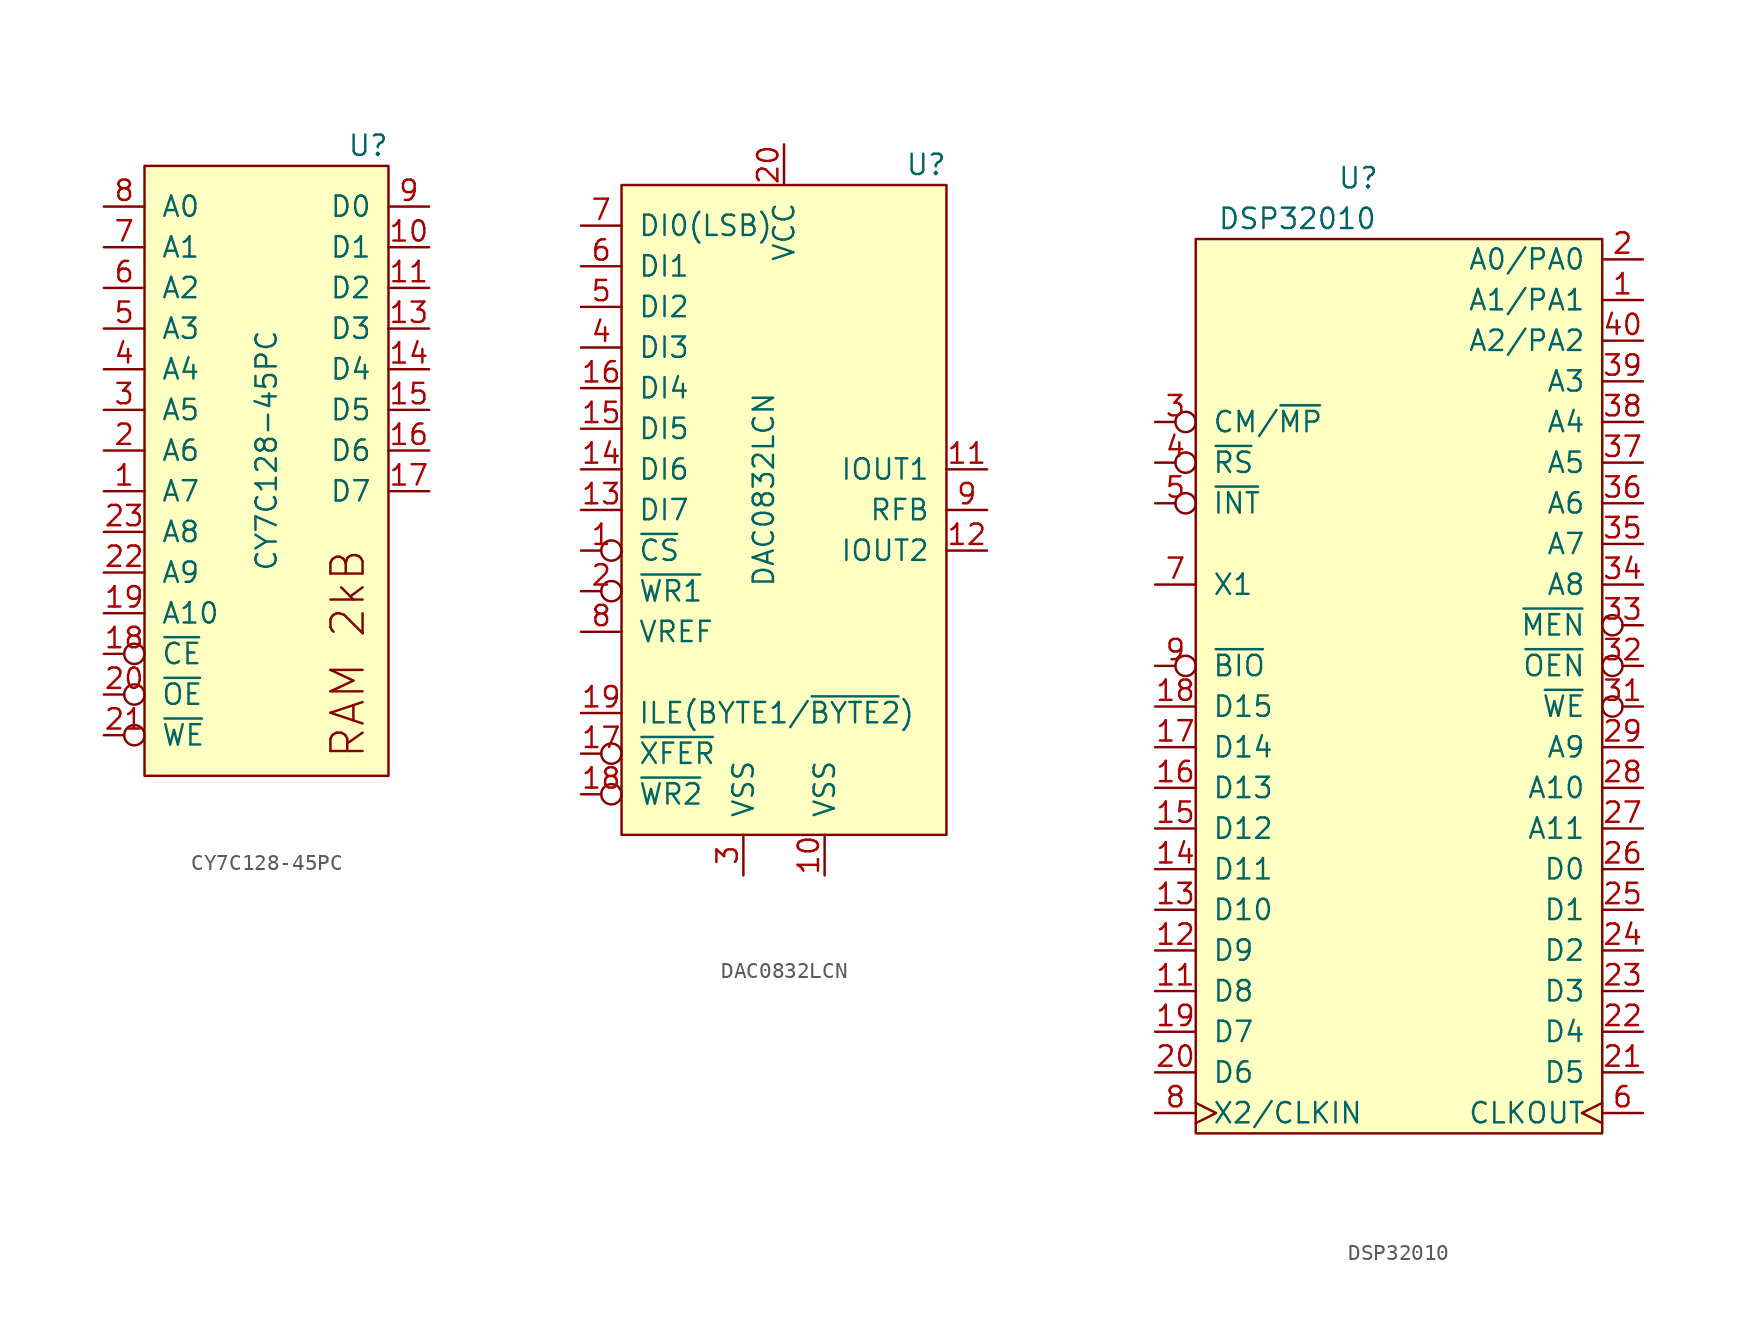
<source format=kicad_sym>
(kicad_symbol_lib
  (version 20231120)
  (generator "kicad_symbol_editor")
  (generator_version "8.0")
  (symbol "CY7C128-45PC"
    (pin_names
      (offset 1.016))
    (property "Reference" "U"
      (at 6.35 17.78 0)
      (effects (font (size 1.27 1.27))))
    (property "Value" "CY7C128-45PC"
      (at 0 -1.27 90)
      (effects (font (size 1.27 1.27))))
    (symbol "CY7C128-45PC_0_0"
      (text "RAM 2kB" (at 5.08 -13.97 900) (effects (font (size 2.007 2.007)))))
    (symbol "CY7C128-45PC_0_1"
      (rectangle (start -7.62 16.51) (end 7.62 -21.59) (stroke (width 0) (type default)) (fill (type background))))
    (symbol "CY7C128-45PC_1_1"
      (pin input line (at -10.16 -3.81 0) (length 2.54) (name "A7" (effects (font (size 1.27 1.27)))) (number "1" (effects (font (size 1.27 1.27)))))
      (pin bidirectional line (at 10.16 11.43 180) (length 2.54) (name "D1" (effects (font (size 1.27 1.27)))) (number "10" (effects (font (size 1.27 1.27)))))
      (pin bidirectional line (at 10.16 8.89 180) (length 2.54) (name "D2" (effects (font (size 1.27 1.27)))) (number "11" (effects (font (size 1.27 1.27)))))
      (pin power_in line (at 0 -21.59 90) (length 2.54) hide (name "VSS" (effects (font (size 1.27 1.27)))) (number "12" (effects (font (size 1.27 1.27)))))
      (pin bidirectional line (at 10.16 6.35 180) (length 2.54) (name "D3" (effects (font (size 1.27 1.27)))) (number "13" (effects (font (size 1.27 1.27)))))
      (pin bidirectional line (at 10.16 3.81 180) (length 2.54) (name "D4" (effects (font (size 1.27 1.27)))) (number "14" (effects (font (size 1.27 1.27)))))
      (pin bidirectional line (at 10.16 1.27 180) (length 2.54) (name "D5" (effects (font (size 1.27 1.27)))) (number "15" (effects (font (size 1.27 1.27)))))
      (pin bidirectional line (at 10.16 -1.27 180) (length 2.54) (name "D6" (effects (font (size 1.27 1.27)))) (number "16" (effects (font (size 1.27 1.27)))))
      (pin bidirectional line (at 10.16 -3.81 180) (length 2.54) (name "D7" (effects (font (size 1.27 1.27)))) (number "17" (effects (font (size 1.27 1.27)))))
      (pin input inverted (at -10.16 -13.97 0) (length 2.54) (name "~{CE}" (effects (font (size 1.27 1.27)))) (number "18" (effects (font (size 1.27 1.27)))))
      (pin input line (at -10.16 -11.43 0) (length 2.54) (name "A10" (effects (font (size 1.27 1.27)))) (number "19" (effects (font (size 1.27 1.27)))))
      (pin input line (at -10.16 -1.27 0) (length 2.54) (name "A6" (effects (font (size 1.27 1.27)))) (number "2" (effects (font (size 1.27 1.27)))))
      (pin input inverted (at -10.16 -16.51 0) (length 2.54) (name "~{OE}" (effects (font (size 1.27 1.27)))) (number "20" (effects (font (size 1.27 1.27)))))
      (pin input inverted (at -10.16 -19.05 0) (length 2.54) (name "~{WE}" (effects (font (size 1.27 1.27)))) (number "21" (effects (font (size 1.27 1.27)))))
      (pin input line (at -10.16 -8.89 0) (length 2.54) (name "A9" (effects (font (size 1.27 1.27)))) (number "22" (effects (font (size 1.27 1.27)))))
      (pin input line (at -10.16 -6.35 0) (length 2.54) (name "A8" (effects (font (size 1.27 1.27)))) (number "23" (effects (font (size 1.27 1.27)))))
      (pin power_in line (at 0 16.51 270) (length 2.54) hide (name "VCC" (effects (font (size 1.27 1.27)))) (number "24" (effects (font (size 1.27 1.27)))))
      (pin input line (at -10.16 1.27 0) (length 2.54) (name "A5" (effects (font (size 1.27 1.27)))) (number "3" (effects (font (size 1.27 1.27)))))
      (pin input line (at -10.16 3.81 0) (length 2.54) (name "A4" (effects (font (size 1.27 1.27)))) (number "4" (effects (font (size 1.27 1.27)))))
      (pin input line (at -10.16 6.35 0) (length 2.54) (name "A3" (effects (font (size 1.27 1.27)))) (number "5" (effects (font (size 1.27 1.27)))))
      (pin input line (at -10.16 8.89 0) (length 2.54) (name "A2" (effects (font (size 1.27 1.27)))) (number "6" (effects (font (size 1.27 1.27)))))
      (pin input line (at -10.16 11.43 0) (length 2.54) (name "A1" (effects (font (size 1.27 1.27)))) (number "7" (effects (font (size 1.27 1.27)))))
      (pin input line (at -10.16 13.97 0) (length 2.54) (name "A0" (effects (font (size 1.27 1.27)))) (number "8" (effects (font (size 1.27 1.27)))))
      (pin bidirectional line (at 10.16 13.97 180) (length 2.54) (name "D0" (effects (font (size 1.27 1.27)))) (number "9" (effects (font (size 1.27 1.27)))))))
  (symbol "DAC0832LCN"
    (pin_names
      (offset 1.016))
    (property "Reference" "U"
      (at 8.89 21.59 0)
      (effects (font (size 1.27 1.27))))
    (property "Value" "DAC0832LCN"
      (at -1.27 1.27 90)
      (effects (font (size 1.27 1.27))))
    (symbol "DAC0832LCN_0_1"
      (rectangle (start -10.16 20.32) (end 10.16 -20.32) (stroke (width 0) (type default)) (fill (type background))))
    (symbol "DAC0832LCN_1_1"
      (pin input inverted (at -12.7 -2.54 0) (length 2.54) (name "~{CS}" (effects (font (size 1.27 1.27)))) (number "1" (effects (font (size 1.27 1.27)))))
      (pin power_in line (at 2.54 -22.86 90) (length 2.54) (name "VSS" (effects (font (size 1.27 1.27)))) (number "10" (effects (font (size 1.27 1.27)))))
      (pin output line (at 12.7 2.54 180) (length 2.54) (name "IOUT1" (effects (font (size 1.27 1.27)))) (number "11" (effects (font (size 1.27 1.27)))))
      (pin output line (at 12.7 -2.54 180) (length 2.54) (name "IOUT2" (effects (font (size 1.27 1.27)))) (number "12" (effects (font (size 1.27 1.27)))))
      (pin input line (at -12.7 0 0) (length 2.54) (name "DI7" (effects (font (size 1.27 1.27)))) (number "13" (effects (font (size 1.27 1.27)))))
      (pin input line (at -12.7 2.54 0) (length 2.54) (name "DI6" (effects (font (size 1.27 1.27)))) (number "14" (effects (font (size 1.27 1.27)))))
      (pin input line (at -12.7 5.08 0) (length 2.54) (name "DI5" (effects (font (size 1.27 1.27)))) (number "15" (effects (font (size 1.27 1.27)))))
      (pin input line (at -12.7 7.62 0) (length 2.54) (name "DI4" (effects (font (size 1.27 1.27)))) (number "16" (effects (font (size 1.27 1.27)))))
      (pin input inverted (at -12.7 -15.24 0) (length 2.54) (name "~{XFER}" (effects (font (size 1.27 1.27)))) (number "17" (effects (font (size 1.27 1.27)))))
      (pin input inverted (at -12.7 -17.78 0) (length 2.54) (name "~{WR2}" (effects (font (size 1.27 1.27)))) (number "18" (effects (font (size 1.27 1.27)))))
      (pin input line (at -12.7 -12.7 0) (length 2.54) (name "ILE(BYTE1/~{BYTE2})" (effects (font (size 1.27 1.27)))) (number "19" (effects (font (size 1.27 1.27)))))
      (pin input inverted (at -12.7 -5.08 0) (length 2.54) (name "~{WR1}" (effects (font (size 1.27 1.27)))) (number "2" (effects (font (size 1.27 1.27)))))
      (pin power_in line (at 0 22.86 270) (length 2.54) (name "VCC" (effects (font (size 1.27 1.27)))) (number "20" (effects (font (size 1.27 1.27)))))
      (pin power_in line (at -2.54 -22.86 90) (length 2.54) (name "VSS" (effects (font (size 1.27 1.27)))) (number "3" (effects (font (size 1.27 1.27)))))
      (pin input line (at -12.7 10.16 0) (length 2.54) (name "DI3" (effects (font (size 1.27 1.27)))) (number "4" (effects (font (size 1.27 1.27)))))
      (pin input line (at -12.7 12.7 0) (length 2.54) (name "DI2" (effects (font (size 1.27 1.27)))) (number "5" (effects (font (size 1.27 1.27)))))
      (pin input line (at -12.7 15.24 0) (length 2.54) (name "DI1" (effects (font (size 1.27 1.27)))) (number "6" (effects (font (size 1.27 1.27)))))
      (pin input line (at -12.7 17.78 0) (length 2.54) (name "DI0(LSB)" (effects (font (size 1.27 1.27)))) (number "7" (effects (font (size 1.27 1.27)))))
      (pin input line (at -12.7 -7.62 0) (length 2.54) (name "VREF" (effects (font (size 1.27 1.27)))) (number "8" (effects (font (size 1.27 1.27)))))
      (pin input line (at 12.7 0 180) (length 2.54) (name "RFB" (effects (font (size 1.27 1.27)))) (number "9" (effects (font (size 1.27 1.27)))))))
  (symbol "DSP32010"
    (pin_names
      (offset 1.016))
    (property "Reference" "U"
      (at -3.81 29.21 0)
      (effects (font (size 1.27 1.27))))
    (property "Value" "DSP32010"
      (at -7.62 26.67 0)
      (effects (font (size 1.27 1.27))))
    (symbol "DSP32010_0_1"
      (rectangle (start -13.97 25.4) (end 11.43 -30.48) (stroke (width 0) (type default)) (fill (type background))))
    (symbol "DSP32010_1_1"
      (pin output line (at 13.97 21.59 180) (length 2.54) (name "A1/PA1" (effects (font (size 1.27 1.27)))) (number "1" (effects (font (size 1.27 1.27)))))
      (pin power_in line (at 0 -30.48 90) (length 2.54) hide (name "VSS" (effects (font (size 1.27 1.27)))) (number "10" (effects (font (size 1.27 1.27)))))
      (pin bidirectional line (at -16.51 -21.59 0) (length 2.54) (name "D8" (effects (font (size 1.27 1.27)))) (number "11" (effects (font (size 1.27 1.27)))))
      (pin bidirectional line (at -16.51 -19.05 0) (length 2.54) (name "D9" (effects (font (size 1.27 1.27)))) (number "12" (effects (font (size 1.27 1.27)))))
      (pin bidirectional line (at -16.51 -16.51 0) (length 2.54) (name "D10" (effects (font (size 1.27 1.27)))) (number "13" (effects (font (size 1.27 1.27)))))
      (pin bidirectional line (at -16.51 -13.97 0) (length 2.54) (name "D11" (effects (font (size 1.27 1.27)))) (number "14" (effects (font (size 1.27 1.27)))))
      (pin bidirectional line (at -16.51 -11.43 0) (length 2.54) (name "D12" (effects (font (size 1.27 1.27)))) (number "15" (effects (font (size 1.27 1.27)))))
      (pin bidirectional line (at -16.51 -8.89 0) (length 2.54) (name "D13" (effects (font (size 1.27 1.27)))) (number "16" (effects (font (size 1.27 1.27)))))
      (pin bidirectional line (at -16.51 -6.35 0) (length 2.54) (name "D14" (effects (font (size 1.27 1.27)))) (number "17" (effects (font (size 1.27 1.27)))))
      (pin bidirectional line (at -16.51 -3.81 0) (length 2.54) (name "D15" (effects (font (size 1.27 1.27)))) (number "18" (effects (font (size 1.27 1.27)))))
      (pin input line (at -16.51 -24.13 0) (length 2.54) (name "D7" (effects (font (size 1.27 1.27)))) (number "19" (effects (font (size 1.27 1.27)))))
      (pin output line (at 13.97 24.13 180) (length 2.54) (name "A0/PA0" (effects (font (size 1.27 1.27)))) (number "2" (effects (font (size 1.27 1.27)))))
      (pin input line (at -16.51 -26.67 0) (length 2.54) (name "D6" (effects (font (size 1.27 1.27)))) (number "20" (effects (font (size 1.27 1.27)))))
      (pin bidirectional line (at 13.97 -26.67 180) (length 2.54) (name "D5" (effects (font (size 1.27 1.27)))) (number "21" (effects (font (size 1.27 1.27)))))
      (pin bidirectional line (at 13.97 -24.13 180) (length 2.54) (name "D4" (effects (font (size 1.27 1.27)))) (number "22" (effects (font (size 1.27 1.27)))))
      (pin bidirectional line (at 13.97 -21.59 180) (length 2.54) (name "D3" (effects (font (size 1.27 1.27)))) (number "23" (effects (font (size 1.27 1.27)))))
      (pin bidirectional line (at 13.97 -19.05 180) (length 2.54) (name "D2" (effects (font (size 1.27 1.27)))) (number "24" (effects (font (size 1.27 1.27)))))
      (pin bidirectional line (at 13.97 -16.51 180) (length 2.54) (name "D1" (effects (font (size 1.27 1.27)))) (number "25" (effects (font (size 1.27 1.27)))))
      (pin bidirectional line (at 13.97 -13.97 180) (length 2.54) (name "D0" (effects (font (size 1.27 1.27)))) (number "26" (effects (font (size 1.27 1.27)))))
      (pin output line (at 13.97 -11.43 180) (length 2.54) (name "A11" (effects (font (size 1.27 1.27)))) (number "27" (effects (font (size 1.27 1.27)))))
      (pin output line (at 13.97 -8.89 180) (length 2.54) (name "A10" (effects (font (size 1.27 1.27)))) (number "28" (effects (font (size 1.27 1.27)))))
      (pin output line (at 13.97 -6.35 180) (length 2.54) (name "A9" (effects (font (size 1.27 1.27)))) (number "29" (effects (font (size 1.27 1.27)))))
      (pin input inverted (at -16.51 13.97 0) (length 2.54) (name "CM/~{MP}" (effects (font (size 1.27 1.27)))) (number "3" (effects (font (size 1.27 1.27)))))
      (pin power_in line (at 0 25.4 270) (length 2.54) hide (name "VCC" (effects (font (size 1.27 1.27)))) (number "30" (effects (font (size 1.27 1.27)))))
      (pin output inverted (at 13.97 -3.81 180) (length 2.54) (name "~{WE}" (effects (font (size 1.27 1.27)))) (number "31" (effects (font (size 1.27 1.27)))))
      (pin output inverted (at 13.97 -1.27 180) (length 2.54) (name "~{OEN}" (effects (font (size 1.27 1.27)))) (number "32" (effects (font (size 1.27 1.27)))))
      (pin output inverted (at 13.97 1.27 180) (length 2.54) (name "~{MEN}" (effects (font (size 1.27 1.27)))) (number "33" (effects (font (size 1.27 1.27)))))
      (pin output line (at 13.97 3.81 180) (length 2.54) (name "A8" (effects (font (size 1.27 1.27)))) (number "34" (effects (font (size 1.27 1.27)))))
      (pin output line (at 13.97 6.35 180) (length 2.54) (name "A7" (effects (font (size 1.27 1.27)))) (number "35" (effects (font (size 1.27 1.27)))))
      (pin output line (at 13.97 8.89 180) (length 2.54) (name "A6" (effects (font (size 1.27 1.27)))) (number "36" (effects (font (size 1.27 1.27)))))
      (pin output line (at 13.97 11.43 180) (length 2.54) (name "A5" (effects (font (size 1.27 1.27)))) (number "37" (effects (font (size 1.27 1.27)))))
      (pin output line (at 13.97 13.97 180) (length 2.54) (name "A4" (effects (font (size 1.27 1.27)))) (number "38" (effects (font (size 1.27 1.27)))))
      (pin output line (at 13.97 16.51 180) (length 2.54) (name "A3" (effects (font (size 1.27 1.27)))) (number "39" (effects (font (size 1.27 1.27)))))
      (pin input inverted (at -16.51 11.43 0) (length 2.54) (name "~{RS}" (effects (font (size 1.27 1.27)))) (number "4" (effects (font (size 1.27 1.27)))))
      (pin output line (at 13.97 19.05 180) (length 2.54) (name "A2/PA2" (effects (font (size 1.27 1.27)))) (number "40" (effects (font (size 1.27 1.27)))))
      (pin input inverted (at -16.51 8.89 0) (length 2.54) (name "~{INT}" (effects (font (size 1.27 1.27)))) (number "5" (effects (font (size 1.27 1.27)))))
      (pin output clock (at 13.97 -29.21 180) (length 2.54) (name "CLKOUT" (effects (font (size 1.27 1.27)))) (number "6" (effects (font (size 1.27 1.27)))))
      (pin input line (at -16.51 3.81 0) (length 2.54) (name "X1" (effects (font (size 1.27 1.27)))) (number "7" (effects (font (size 1.27 1.27)))))
      (pin input clock (at -16.51 -29.21 0) (length 2.54) (name "X2/CLKIN" (effects (font (size 1.27 1.27)))) (number "8" (effects (font (size 1.27 1.27)))))
      (pin input inverted (at -16.51 -1.27 0) (length 2.54) (name "~{BIO}" (effects (font (size 1.27 1.27)))) (number "9" (effects (font (size 1.27 1.27))))))))
</source>
